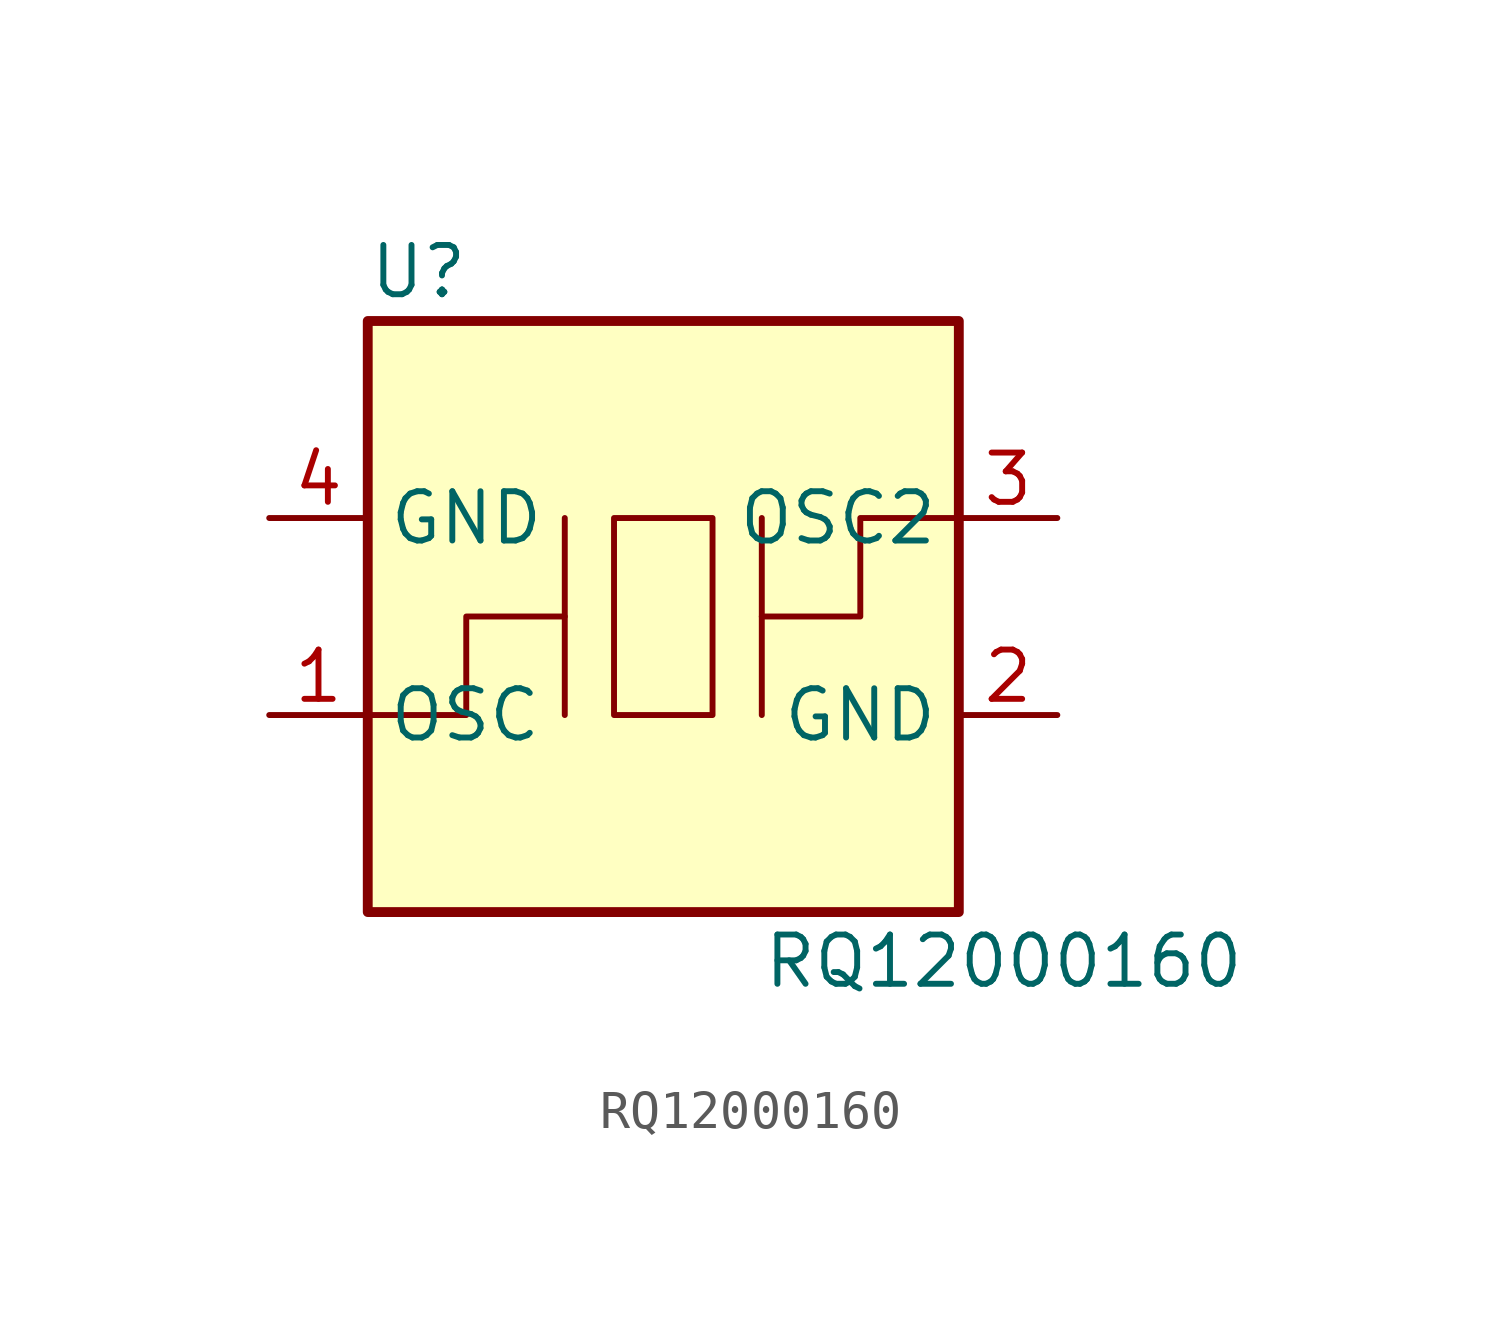
<source format=kicad_sym>
(kicad_symbol_lib
  (version 20241209)
  (generator "kicad_symbol_editor")
  (generator_version "9.0")
  (symbol "RQ12000160"
    (property "Reference" "U"
      (at -7.62 8.89 0)
      (effects (font (size 1.27 1.27)) (justify left)))
    (property "Value" "RQ12000160"
      (at 2.54 -8.89 0)
      (effects (font (size 1.27 1.27)) (justify left)))
    (symbol "RQ12000160_0_1"
      (rectangle (start -7.62 7.62) (end 7.62 -7.62) (stroke (width 0.254) (type default)) (fill (type background)))
      (polyline (pts (xy -2.54 0) (xy -5.08 0) (xy -5.08 -2.54) (xy -7.62 -2.54)) (stroke (width 0) (type default)) (fill (type none)))
      (polyline (pts (xy -2.54 -2.54) (xy -2.54 2.54)) (stroke (width 0) (type default)) (fill (type none)))
      (rectangle (start -1.27 2.54) (end 1.27 -2.54) (stroke (width 0) (type default)) (fill (type none)))
      (polyline (pts (xy 2.54 2.54) (xy 2.54 -2.54)) (stroke (width 0) (type default)) (fill (type none)))
      (polyline (pts (xy 2.54 0) (xy 5.08 0) (xy 5.08 2.54) (xy 7.62 2.54)) (stroke (width 0) (type default)) (fill (type none))))
    (symbol "RQ12000160_1_1"
      (pin power_in line (at -10.16 2.54 0) (length 2.54) (name "GND" (effects (font (size 1.27 1.27)))) (number "4" (effects (font (size 1.27 1.27)))))
      (pin input line (at -10.16 -2.54 0) (length 2.54) (name "OSC" (effects (font (size 1.27 1.27)))) (number "1" (effects (font (size 1.27 1.27)))))
      (pin output line (at 10.16 2.54 180) (length 2.54) (name "OSC2" (effects (font (size 1.27 1.27)))) (number "3" (effects (font (size 1.27 1.27)))))
      (pin power_in line (at 10.16 -2.54 180) (length 2.54) (name "GND" (effects (font (size 1.27 1.27)))) (number "2" (effects (font (size 1.27 1.27))))))))
</source>
